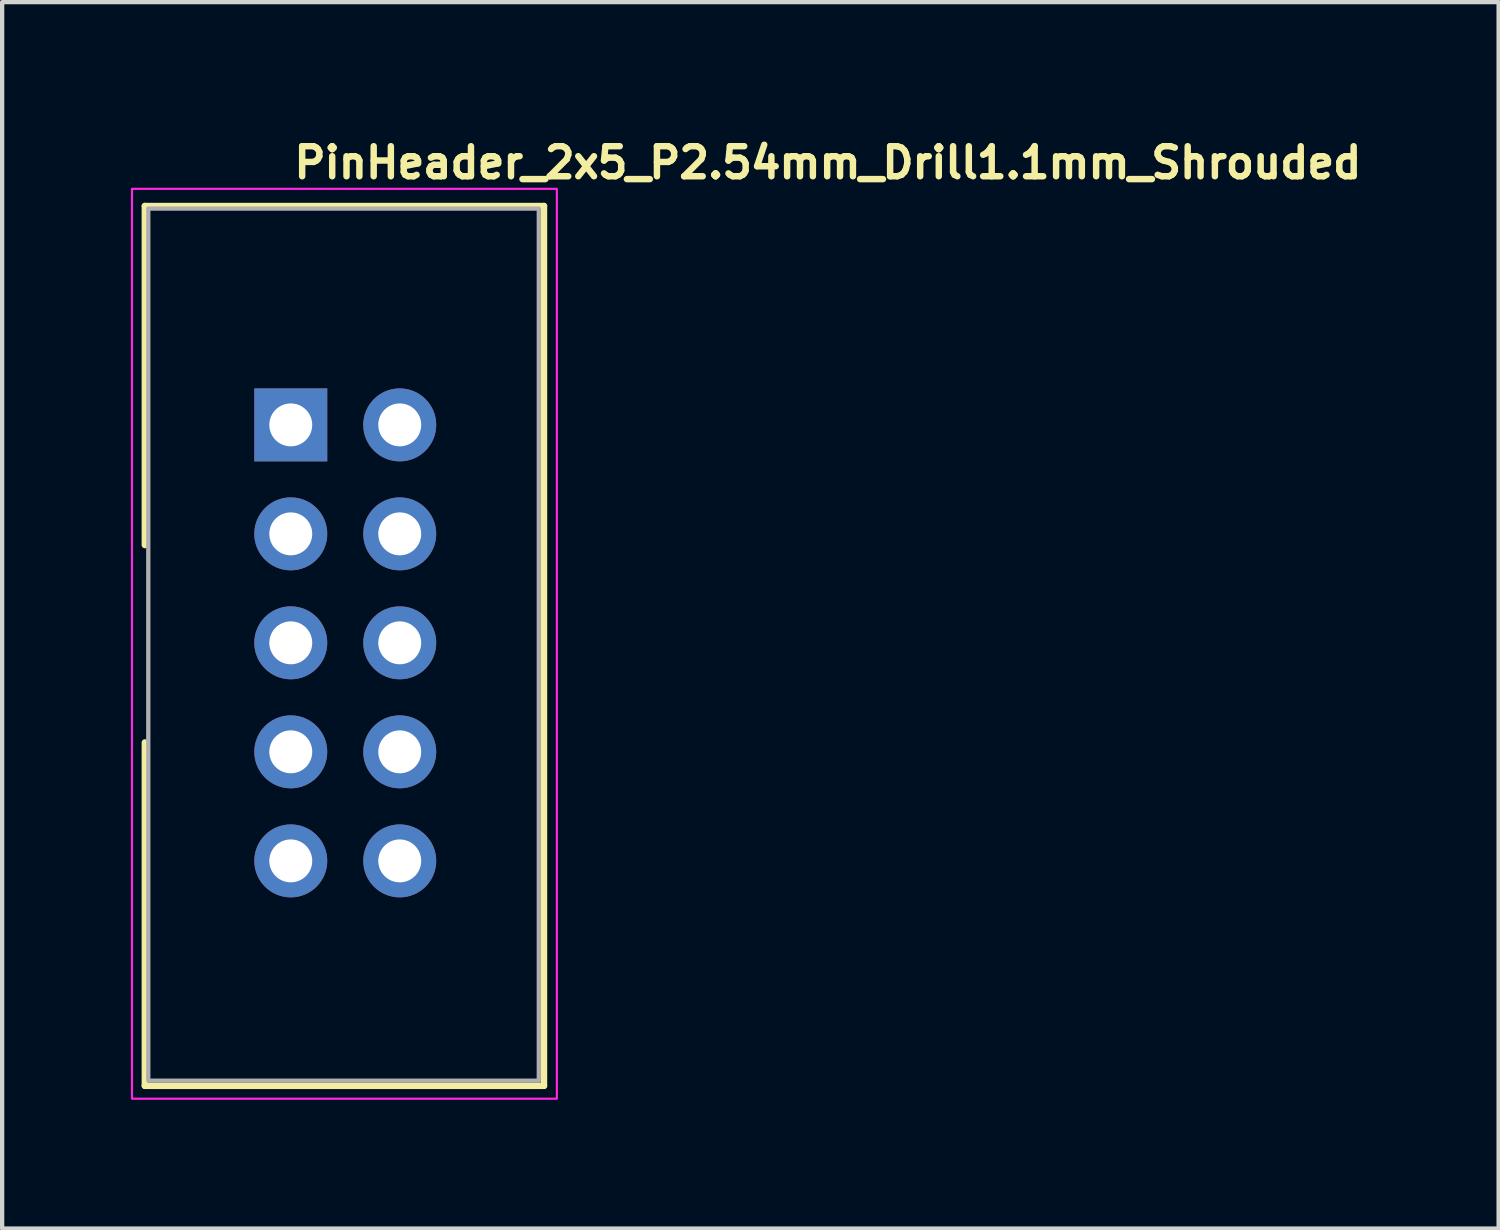
<source format=kicad_pcb>
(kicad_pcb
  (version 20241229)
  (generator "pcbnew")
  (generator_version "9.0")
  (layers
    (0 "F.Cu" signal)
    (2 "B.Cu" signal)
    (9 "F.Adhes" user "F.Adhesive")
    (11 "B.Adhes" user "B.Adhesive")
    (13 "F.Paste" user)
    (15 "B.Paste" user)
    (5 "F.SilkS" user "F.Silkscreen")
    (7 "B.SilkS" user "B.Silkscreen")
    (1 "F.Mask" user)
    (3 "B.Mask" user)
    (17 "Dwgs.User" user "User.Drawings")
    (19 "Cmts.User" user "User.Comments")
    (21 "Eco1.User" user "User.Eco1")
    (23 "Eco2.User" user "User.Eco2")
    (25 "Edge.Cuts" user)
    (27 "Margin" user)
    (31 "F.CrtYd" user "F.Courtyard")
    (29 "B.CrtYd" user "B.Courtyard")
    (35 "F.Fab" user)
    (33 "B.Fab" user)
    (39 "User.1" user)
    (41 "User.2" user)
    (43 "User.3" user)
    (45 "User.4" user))
  (footprint "PinHeader_2x5_P2.54mm_Drill1.1mm_Shrouded"
    (layer "F.Cu")
    (at 3.725 6.85)
    (property "Reference" "PinHeader_2x5_P2.54mm_Drill1.1mm_Shrouded" (at 0 -5.7 0) (layer "F.SilkS") (effects (font (size 0.7 0.7) (thickness 0.15)) (justify left bottom)))
    (attr through_hole)
    (fp_line (start -3.4 -5.1) (end -3.4 2.8) (stroke (width 0.15) (type solid)) (layer "F.SilkS"))
    (fp_line (start -3.4 -5.1) (end 5.9 -5.1) (stroke (width 0.15) (type solid)) (layer "F.SilkS"))
    (fp_line (start -3.4 15.4) (end -3.4 7.4) (stroke (width 0.15) (type solid)) (layer "F.SilkS"))
    (fp_line (start 5.9 -5.1) (end 5.9 15.4) (stroke (width 0.15) (type solid)) (layer "F.SilkS"))
    (fp_line (start 5.9 15.4) (end -3.4 15.4) (stroke (width 0.15) (type solid)) (layer "F.SilkS"))
    (fp_rect (start -3.7 -5.5) (end 6.2 15.7) (stroke (width 0.05) (type solid)) (fill no) (layer "F.CrtYd"))
    (fp_rect (start 5.779 15.28) (end -3.32 -5.04) (stroke (width 0.1) (type solid)) (fill no) (layer "F.Fab"))
    (fp_rect (start 5.779 15.28) (end -3.32 -5.04) (stroke (width 0.1) (type solid)) (fill no) (layer "User.5"))
    (fp_line (start -3.32 -5.04) (end -3.32 2.87) (stroke (width 0.02) (type solid)) (layer "User.9"))
    (fp_line (start -3.32 2.87) (end -3.32 7.37) (stroke (width 0.02) (type solid)) (layer "User.9"))
    (fp_line (start -3.32 7.37) (end -3.32 15.28) (stroke (width 0.02) (type solid)) (layer "User.9"))
    (fp_line (start -3.32 15.28) (end 5.68 15.28) (stroke (width 0.02) (type solid)) (layer "User.9"))
    (fp_line (start -2.57 -4.339) (end -1.97 -3.74) (stroke (width 0.02) (type solid)) (layer "User.9"))
    (fp_line (start -2.57 -4.339) (end 5.029 -4.339) (stroke (width 0.02) (type solid)) (layer "User.9"))
    (fp_line (start -2.57 2.87) (end -3.32 2.87) (stroke (width 0.02) (type solid)) (layer "User.9"))
    (fp_line (start -2.57 2.87) (end -2.57 -4.339) (stroke (width 0.02) (type solid)) (layer "User.9"))
    (fp_line (start -2.57 7.37) (end -3.32 7.37) (stroke (width 0.02) (type solid)) (layer "User.9"))
    (fp_line (start -2.57 7.37) (end -1.97 7.37) (stroke (width 0.02) (type solid)) (layer "User.9"))
    (fp_line (start -2.57 14.58) (end -2.57 7.37) (stroke (width 0.02) (type solid)) (layer "User.9"))
    (fp_line (start -2.57 14.58) (end -1.97 13.979) (stroke (width 0.02) (type solid)) (layer "User.9"))
    (fp_line (start -1.97 -3.74) (end -1.97 2.87) (stroke (width 0.02) (type solid)) (layer "User.9"))
    (fp_line (start -1.97 2.87) (end -2.57 2.87) (stroke (width 0.02) (type solid)) (layer "User.9"))
    (fp_line (start -1.97 7.37) (end -1.97 13.979) (stroke (width 0.02) (type solid)) (layer "User.9"))
    (fp_line (start -1.97 13.979) (end 4.43 13.979) (stroke (width 0.02) (type solid)) (layer "User.9"))
    (fp_line (start -0.36 -0.28) (end -0.16 -0.08) (stroke (width 0.02) (type solid)) (layer "User.9"))
    (fp_line (start -0.36 -0.28) (end 0.28 -0.28) (stroke (width 0.02) (type solid)) (layer "User.9"))
    (fp_line (start -0.36 0.36) (end -0.36 -0.28) (stroke (width 0.02) (type solid)) (layer "User.9"))
    (fp_line (start -0.36 2.26) (end -0.16 2.46) (stroke (width 0.02) (type solid)) (layer "User.9"))
    (fp_line (start -0.36 2.26) (end 0.28 2.26) (stroke (width 0.02) (type solid)) (layer "User.9"))
    (fp_line (start -0.36 2.9) (end -0.36 2.26) (stroke (width 0.02) (type solid)) (layer "User.9"))
    (fp_line (start -0.36 4.8) (end 0.28 4.8) (stroke (width 0.02) (type solid)) (layer "User.9"))
    (fp_line (start -0.36 5.44) (end -0.36 4.8) (stroke (width 0.02) (type solid)) (layer "User.9"))
    (fp_line (start -0.36 5.44) (end -0.16 5.24) (stroke (width 0.02) (type solid)) (layer "User.9"))
    (fp_line (start -0.36 7.34) (end 0.28 7.34) (stroke (width 0.02) (type solid)) (layer "User.9"))
    (fp_line (start -0.36 7.98) (end -0.36 7.34) (stroke (width 0.02) (type solid)) (layer "User.9"))
    (fp_line (start -0.36 7.98) (end -0.16 7.78) (stroke (width 0.02) (type solid)) (layer "User.9"))
    (fp_line (start -0.36 9.88) (end 0.28 9.88) (stroke (width 0.02) (type solid)) (layer "User.9"))
    (fp_line (start -0.36 10.52) (end -0.36 9.88) (stroke (width 0.02) (type solid)) (layer "User.9"))
    (fp_line (start -0.36 10.52) (end -0.16 10.32) (stroke (width 0.02) (type solid)) (layer "User.9"))
    (fp_line (start -0.16 -0.08) (end -0.16 0.161) (stroke (width 0.02) (type solid)) (layer "User.9"))
    (fp_line (start -0.16 0.161) (end -0.36 0.36) (stroke (width 0.02) (type solid)) (layer "User.9"))
    (fp_line (start -0.16 0.161) (end 0.08 0.161) (stroke (width 0.02) (type solid)) (layer "User.9"))
    (fp_line (start -0.16 2.46) (end -0.16 2.7) (stroke (width 0.02) (type solid)) (layer "User.9"))
    (fp_line (start -0.16 2.7) (end -0.36 2.9) (stroke (width 0.02) (type solid)) (layer "User.9"))
    (fp_line (start -0.16 2.7) (end 0.08 2.7) (stroke (width 0.02) (type solid)) (layer "User.9"))
    (fp_line (start -0.16 5) (end -0.36 4.8) (stroke (width 0.02) (type solid)) (layer "User.9"))
    (fp_line (start -0.16 5) (end -0.16 5.24) (stroke (width 0.02) (type solid)) (layer "User.9"))
    (fp_line (start -0.16 5.24) (end 0.08 5.24) (stroke (width 0.02) (type solid)) (layer "User.9"))
    (fp_line (start -0.16 7.54) (end -0.36 7.34) (stroke (width 0.02) (type solid)) (layer "User.9"))
    (fp_line (start -0.16 7.54) (end -0.16 7.78) (stroke (width 0.02) (type solid)) (layer "User.9"))
    (fp_line (start -0.16 7.78) (end 0.08 7.78) (stroke (width 0.02) (type solid)) (layer "User.9"))
    (fp_line (start -0.16 10.08) (end -0.36 9.88) (stroke (width 0.02) (type solid)) (layer "User.9"))
    (fp_line (start -0.16 10.08) (end -0.16 10.32) (stroke (width 0.02) (type solid)) (layer "User.9"))
    (fp_line (start -0.16 10.32) (end 0.08 10.32) (stroke (width 0.02) (type solid)) (layer "User.9"))
    (fp_line (start 0.08 -0.08) (end -0.16 -0.08) (stroke (width 0.02) (type solid)) (layer "User.9"))
    (fp_line (start 0.08 0.161) (end 0.08 -0.08) (stroke (width 0.02) (type solid)) (layer "User.9"))
    (fp_line (start 0.08 0.161) (end 0.28 0.36) (stroke (width 0.02) (type solid)) (layer "User.9"))
    (fp_line (start 0.08 2.46) (end -0.16 2.46) (stroke (width 0.02) (type solid)) (layer "User.9"))
    (fp_line (start 0.08 2.7) (end 0.08 2.46) (stroke (width 0.02) (type solid)) (layer "User.9"))
    (fp_line (start 0.08 2.7) (end 0.28 2.9) (stroke (width 0.02) (type solid)) (layer "User.9"))
    (fp_line (start 0.08 5) (end -0.16 5) (stroke (width 0.02) (type solid)) (layer "User.9"))
    (fp_line (start 0.08 5) (end 0.28 4.8) (stroke (width 0.02) (type solid)) (layer "User.9"))
    (fp_line (start 0.08 5.24) (end 0.08 5) (stroke (width 0.02) (type solid)) (layer "User.9"))
    (fp_line (start 0.08 7.54) (end -0.16 7.54) (stroke (width 0.02) (type solid)) (layer "User.9"))
    (fp_line (start 0.08 7.54) (end 0.28 7.34) (stroke (width 0.02) (type solid)) (layer "User.9"))
    (fp_line (start 0.08 7.78) (end 0.08 7.54) (stroke (width 0.02) (type solid)) (layer "User.9"))
    (fp_line (start 0.08 10.08) (end -0.16 10.08) (stroke (width 0.02) (type solid)) (layer "User.9"))
    (fp_line (start 0.08 10.08) (end 0.28 9.88) (stroke (width 0.02) (type solid)) (layer "User.9"))
    (fp_line (start 0.08 10.32) (end 0.08 10.08) (stroke (width 0.02) (type solid)) (layer "User.9"))
    (fp_line (start 0.28 -0.28) (end 0.08 -0.08) (stroke (width 0.02) (type solid)) (layer "User.9"))
    (fp_line (start 0.28 -0.28) (end 0.28 0.36) (stroke (width 0.02) (type solid)) (layer "User.9"))
    (fp_line (start 0.28 0.36) (end -0.36 0.36) (stroke (width 0.02) (type solid)) (layer "User.9"))
    (fp_line (start 0.28 2.26) (end 0.08 2.46) (stroke (width 0.02) (type solid)) (layer "User.9"))
    (fp_line (start 0.28 2.26) (end 0.28 2.9) (stroke (width 0.02) (type solid)) (layer "User.9"))
    (fp_line (start 0.28 2.9) (end -0.36 2.9) (stroke (width 0.02) (type solid)) (layer "User.9"))
    (fp_line (start 0.28 4.8) (end 0.28 5.44) (stroke (width 0.02) (type solid)) (layer "User.9"))
    (fp_line (start 0.28 5.44) (end -0.36 5.44) (stroke (width 0.02) (type solid)) (layer "User.9"))
    (fp_line (start 0.28 5.44) (end 0.08 5.24) (stroke (width 0.02) (type solid)) (layer "User.9"))
    (fp_line (start 0.28 7.34) (end 0.28 7.98) (stroke (width 0.02) (type solid)) (layer "User.9"))
    (fp_line (start 0.28 7.98) (end -0.36 7.98) (stroke (width 0.02) (type solid)) (layer "User.9"))
    (fp_line (start 0.28 7.98) (end 0.08 7.78) (stroke (width 0.02) (type solid)) (layer "User.9"))
    (fp_line (start 0.28 9.88) (end 0.28 10.52) (stroke (width 0.02) (type solid)) (layer "User.9"))
    (fp_line (start 0.28 10.52) (end -0.36 10.52) (stroke (width 0.02) (type solid)) (layer "User.9"))
    (fp_line (start 0.28 10.52) (end 0.08 10.32) (stroke (width 0.02) (type solid)) (layer "User.9"))
    (fp_line (start 2.18 -0.28) (end 2.38 -0.08) (stroke (width 0.02) (type solid)) (layer "User.9"))
    (fp_line (start 2.18 -0.28) (end 2.82 -0.28) (stroke (width 0.02) (type solid)) (layer "User.9"))
    (fp_line (start 2.18 0.36) (end 2.18 -0.28) (stroke (width 0.02) (type solid)) (layer "User.9"))
    (fp_line (start 2.18 0.36) (end 2.38 0.161) (stroke (width 0.02) (type solid)) (layer "User.9"))
    (fp_line (start 2.18 2.26) (end 2.38 2.46) (stroke (width 0.02) (type solid)) (layer "User.9"))
    (fp_line (start 2.18 2.26) (end 2.82 2.26) (stroke (width 0.02) (type solid)) (layer "User.9"))
    (fp_line (start 2.18 2.9) (end 2.18 2.26) (stroke (width 0.02) (type solid)) (layer "User.9"))
    (fp_line (start 2.18 4.8) (end 2.82 4.8) (stroke (width 0.02) (type solid)) (layer "User.9"))
    (fp_line (start 2.18 5.44) (end 2.18 4.8) (stroke (width 0.02) (type solid)) (layer "User.9"))
    (fp_line (start 2.18 5.44) (end 2.38 5.24) (stroke (width 0.02) (type solid)) (layer "User.9"))
    (fp_line (start 2.18 7.34) (end 2.82 7.34) (stroke (width 0.02) (type solid)) (layer "User.9"))
    (fp_line (start 2.18 7.98) (end 2.18 7.34) (stroke (width 0.02) (type solid)) (layer "User.9"))
    (fp_line (start 2.18 7.98) (end 2.38 7.78) (stroke (width 0.02) (type solid)) (layer "User.9"))
    (fp_line (start 2.18 9.88) (end 2.82 9.88) (stroke (width 0.02) (type solid)) (layer "User.9"))
    (fp_line (start 2.18 10.52) (end 2.18 9.88) (stroke (width 0.02) (type solid)) (layer "User.9"))
    (fp_line (start 2.18 10.52) (end 2.38 10.32) (stroke (width 0.02) (type solid)) (layer "User.9"))
    (fp_line (start 2.38 -0.08) (end 2.38 0.161) (stroke (width 0.02) (type solid)) (layer "User.9"))
    (fp_line (start 2.38 0.161) (end 2.62 0.161) (stroke (width 0.02) (type solid)) (layer "User.9"))
    (fp_line (start 2.38 2.46) (end 2.38 2.7) (stroke (width 0.02) (type solid)) (layer "User.9"))
    (fp_line (start 2.38 2.7) (end 2.18 2.9) (stroke (width 0.02) (type solid)) (layer "User.9"))
    (fp_line (start 2.38 2.7) (end 2.62 2.7) (stroke (width 0.02) (type solid)) (layer "User.9"))
    (fp_line (start 2.38 5) (end 2.18 4.8) (stroke (width 0.02) (type solid)) (layer "User.9"))
    (fp_line (start 2.38 5) (end 2.38 5.24) (stroke (width 0.02) (type solid)) (layer "User.9"))
    (fp_line (start 2.38 5.24) (end 2.62 5.24) (stroke (width 0.02) (type solid)) (layer "User.9"))
    (fp_line (start 2.38 7.54) (end 2.18 7.34) (stroke (width 0.02) (type solid)) (layer "User.9"))
    (fp_line (start 2.38 7.54) (end 2.38 7.78) (stroke (width 0.02) (type solid)) (layer "User.9"))
    (fp_line (start 2.38 7.78) (end 2.62 7.78) (stroke (width 0.02) (type solid)) (layer "User.9"))
    (fp_line (start 2.38 10.08) (end 2.18 9.88) (stroke (width 0.02) (type solid)) (layer "User.9"))
    (fp_line (start 2.38 10.08) (end 2.38 10.32) (stroke (width 0.02) (type solid)) (layer "User.9"))
    (fp_line (start 2.38 10.32) (end 2.62 10.32) (stroke (width 0.02) (type solid)) (layer "User.9"))
    (fp_line (start 2.62 -0.08) (end 2.38 -0.08) (stroke (width 0.02) (type solid)) (layer "User.9"))
    (fp_line (start 2.62 -0.08) (end 2.82 -0.28) (stroke (width 0.02) (type solid)) (layer "User.9"))
    (fp_line (start 2.62 0.161) (end 2.62 -0.08) (stroke (width 0.02) (type solid)) (layer "User.9"))
    (fp_line (start 2.62 0.161) (end 2.82 0.36) (stroke (width 0.02) (type solid)) (layer "User.9"))
    (fp_line (start 2.62 2.46) (end 2.38 2.46) (stroke (width 0.02) (type solid)) (layer "User.9"))
    (fp_line (start 2.62 2.7) (end 2.62 2.46) (stroke (width 0.02) (type solid)) (layer "User.9"))
    (fp_line (start 2.62 2.7) (end 2.82 2.9) (stroke (width 0.02) (type solid)) (layer "User.9"))
    (fp_line (start 2.62 5) (end 2.38 5) (stroke (width 0.02) (type solid)) (layer "User.9"))
    (fp_line (start 2.62 5) (end 2.82 4.8) (stroke (width 0.02) (type solid)) (layer "User.9"))
    (fp_line (start 2.62 5.24) (end 2.62 5) (stroke (width 0.02) (type solid)) (layer "User.9"))
    (fp_line (start 2.62 7.54) (end 2.38 7.54) (stroke (width 0.02) (type solid)) (layer "User.9"))
    (fp_line (start 2.62 7.54) (end 2.82 7.34) (stroke (width 0.02) (type solid)) (layer "User.9"))
    (fp_line (start 2.62 7.78) (end 2.62 7.54) (stroke (width 0.02) (type solid)) (layer "User.9"))
    (fp_line (start 2.62 10.08) (end 2.38 10.08) (stroke (width 0.02) (type solid)) (layer "User.9"))
    (fp_line (start 2.62 10.08) (end 2.82 9.88) (stroke (width 0.02) (type solid)) (layer "User.9"))
    (fp_line (start 2.62 10.32) (end 2.62 10.08) (stroke (width 0.02) (type solid)) (layer "User.9"))
    (fp_line (start 2.82 -0.28) (end 2.82 0.36) (stroke (width 0.02) (type solid)) (layer "User.9"))
    (fp_line (start 2.82 0.36) (end 2.18 0.36) (stroke (width 0.02) (type solid)) (layer "User.9"))
    (fp_line (start 2.82 2.26) (end 2.62 2.46) (stroke (width 0.02) (type solid)) (layer "User.9"))
    (fp_line (start 2.82 2.26) (end 2.82 2.9) (stroke (width 0.02) (type solid)) (layer "User.9"))
    (fp_line (start 2.82 2.9) (end 2.18 2.9) (stroke (width 0.02) (type solid)) (layer "User.9"))
    (fp_line (start 2.82 4.8) (end 2.82 5.44) (stroke (width 0.02) (type solid)) (layer "User.9"))
    (fp_line (start 2.82 5.44) (end 2.18 5.44) (stroke (width 0.02) (type solid)) (layer "User.9"))
    (fp_line (start 2.82 5.44) (end 2.62 5.24) (stroke (width 0.02) (type solid)) (layer "User.9"))
    (fp_line (start 2.82 7.34) (end 2.82 7.98) (stroke (width 0.02) (type solid)) (layer "User.9"))
    (fp_line (start 2.82 7.98) (end 2.18 7.98) (stroke (width 0.02) (type solid)) (layer "User.9"))
    (fp_line (start 2.82 7.98) (end 2.62 7.78) (stroke (width 0.02) (type solid)) (layer "User.9"))
    (fp_line (start 2.82 9.88) (end 2.82 10.52) (stroke (width 0.02) (type solid)) (layer "User.9"))
    (fp_line (start 2.82 10.52) (end 2.18 10.52) (stroke (width 0.02) (type solid)) (layer "User.9"))
    (fp_line (start 2.82 10.52) (end 2.62 10.32) (stroke (width 0.02) (type solid)) (layer "User.9"))
    (fp_line (start 4.43 -3.74) (end -1.97 -3.74) (stroke (width 0.02) (type solid)) (layer "User.9"))
    (fp_line (start 4.43 13.979) (end 4.43 -3.74) (stroke (width 0.02) (type solid)) (layer "User.9"))
    (fp_line (start 5.029 -4.339) (end 4.43 -3.74) (stroke (width 0.02) (type solid)) (layer "User.9"))
    (fp_line (start 5.029 -4.339) (end 5.029 14.58) (stroke (width 0.02) (type solid)) (layer "User.9"))
    (fp_line (start 5.029 14.58) (end -2.57 14.58) (stroke (width 0.02) (type solid)) (layer "User.9"))
    (fp_line (start 5.029 14.58) (end 4.43 13.979) (stroke (width 0.02) (type solid)) (layer "User.9"))
    (fp_line (start 5.68 -5.04) (end -3.32 -5.04) (stroke (width 0.02) (type solid)) (layer "User.9"))
    (fp_line (start 5.68 -5.04) (end 5.68 -3.03) (stroke (width 0.02) (type solid)) (layer "User.9"))
    (fp_line (start 5.68 -3.03) (end 5.779 -3.03) (stroke (width 0.02) (type solid)) (layer "User.9"))
    (fp_line (start 5.68 -2.73) (end 5.68 4.97) (stroke (width 0.02) (type solid)) (layer "User.9"))
    (fp_line (start 5.68 4.97) (end 5.779 4.97) (stroke (width 0.02) (type solid)) (layer "User.9"))
    (fp_line (start 5.68 5.27) (end 5.68 12.97) (stroke (width 0.02) (type solid)) (layer "User.9"))
    (fp_line (start 5.68 12.97) (end 5.779 12.97) (stroke (width 0.02) (type solid)) (layer "User.9"))
    (fp_line (start 5.68 13.27) (end 5.68 15.28) (stroke (width 0.02) (type solid)) (layer "User.9"))
    (fp_line (start 5.779 -2.73) (end 5.68 -2.73) (stroke (width 0.02) (type solid)) (layer "User.9"))
    (fp_line (start 5.779 -2.73) (end 5.779 -3.03) (stroke (width 0.02) (type solid)) (layer "User.9"))
    (fp_line (start 5.779 5.27) (end 5.68 5.27) (stroke (width 0.02) (type solid)) (layer "User.9"))
    (fp_line (start 5.779 5.27) (end 5.779 4.97) (stroke (width 0.02) (type solid)) (layer "User.9"))
    (fp_line (start 5.779 13.27) (end 5.68 13.27) (stroke (width 0.02) (type solid)) (layer "User.9"))
    (fp_line (start 5.779 13.27) (end 5.779 12.97) (stroke (width 0.02) (type solid)) (layer "User.9"))
    (pad "1" thru_hole rect (at 0 0) (size 1.7 1.7) (drill 1) (layers "*.Cu" "*.Mask"))
    (pad "2" thru_hole oval (at 2.539 0) (size 1.7 1.7) (drill 1) (layers "*.Cu" "*.Mask"))
    (pad "3" thru_hole oval (at 0 2.539) (size 1.7 1.7) (drill 1) (layers "*.Cu" "*.Mask"))
    (pad "4" thru_hole oval (at 2.539 2.539) (size 1.7 1.7) (drill 1) (layers "*.Cu" "*.Mask"))
    (pad "5" thru_hole oval (at 0 5.078) (size 1.7 1.7) (drill 1) (layers "*.Cu" "*.Mask"))
    (pad "6" thru_hole oval (at 2.539 5.078) (size 1.7 1.7) (drill 1) (layers "*.Cu" "*.Mask"))
    (pad "7" thru_hole oval (at 0 7.618) (size 1.7 1.7) (drill 1) (layers "*.Cu" "*.Mask"))
    (pad "8" thru_hole oval (at 2.539 7.618) (size 1.7 1.7) (drill 1) (layers "*.Cu" "*.Mask"))
    (pad "9" thru_hole oval (at 0 10.159) (size 1.7 1.7) (drill 1) (layers "*.Cu" "*.Mask"))
    (pad "10" thru_hole oval (at 2.539 10.159) (size 1.7 1.7) (drill 1) (layers "*.Cu" "*.Mask")))
  (gr_rect
    (start -3 -3)
    (end 31.868 25.575)
    (stroke (width 0.1) (type default))
    (fill no)
    (layer "Edge.Cuts")))
</source>
